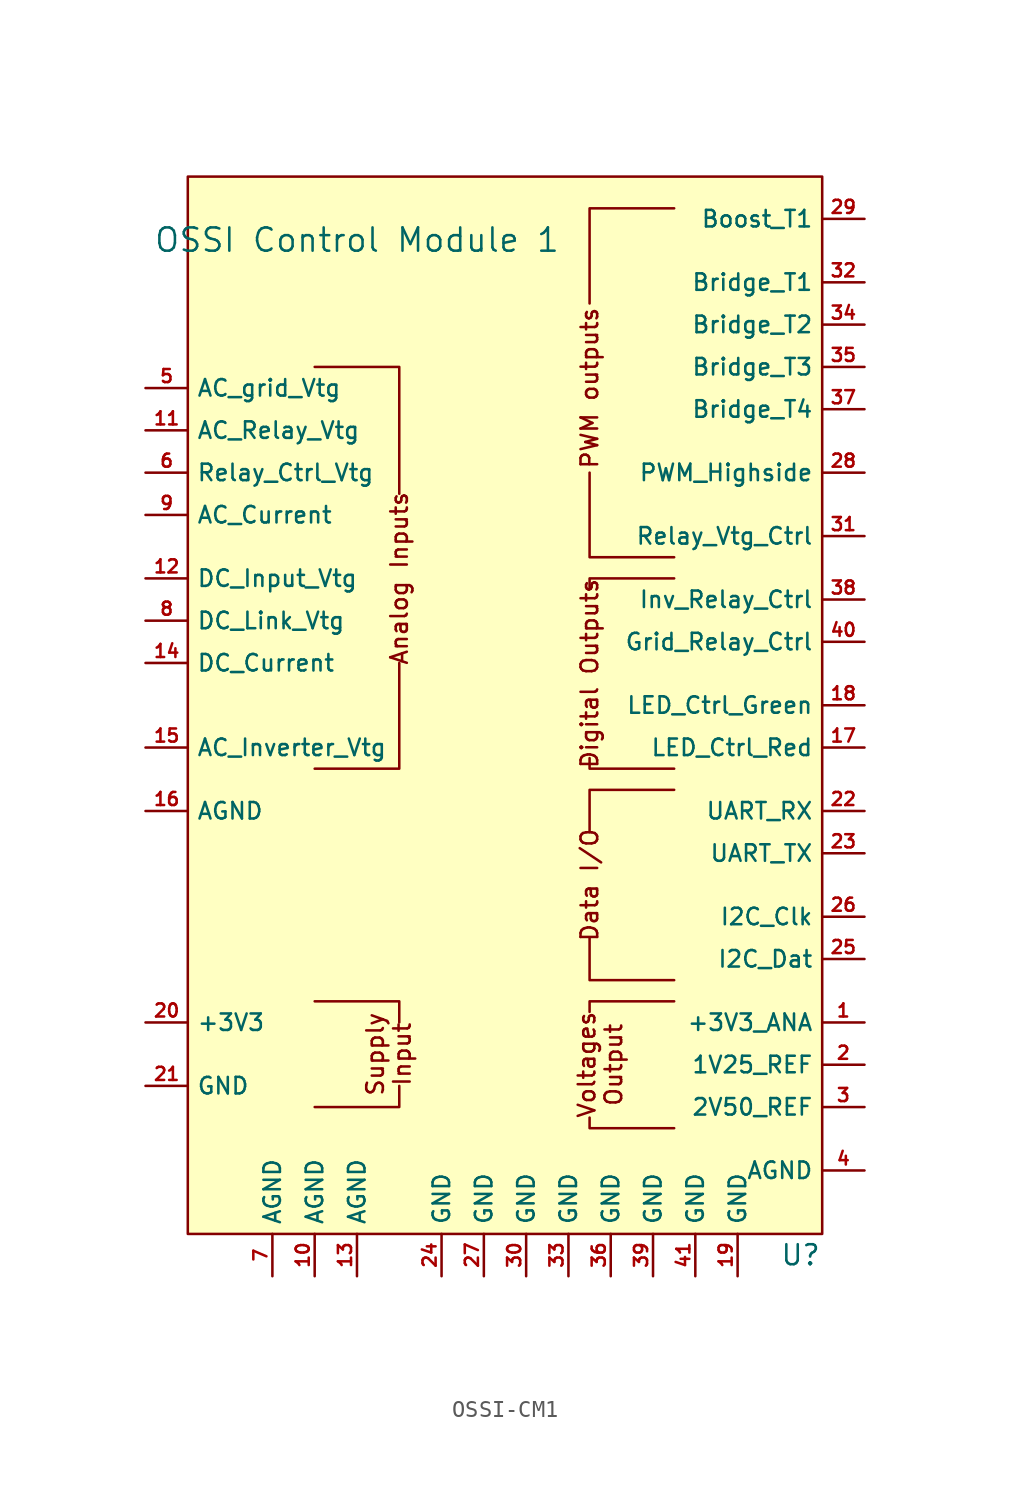
<source format=kicad_sym>
(kicad_symbol_lib
  (version 20220914)
  (generator kicad_symbol_editor)
  (symbol "OSSI-CM1"
    (property "Reference" "U"
      (at 16.51 -33.02 0)
      (effects (font (size 1.2 1.2)) (justify left)))
    (property "Value" "OSSI Control Module 1"
      (at -8.89 27.94 0)
      (effects (font (size 1.4 1.4))))
    (symbol "OSSI-CM1_1_0"
      (pin power_out line (at -11.43 -34.29 90) (length 2.54) (name "AGND" (effects (font (size 0.991 0.991)))) (number "10" (effects (font (size 0.787 0.787)))))
      (pin input line (at -21.59 16.51 0) (length 2.54) (name "AC_Relay_Vtg" (effects (font (size 0.991 0.991)))) (number "11" (effects (font (size 0.787 0.787)))))
      (pin input line (at -21.59 7.62 0) (length 2.54) (name "DC_Input_Vtg" (effects (font (size 0.991 0.991)))) (number "12" (effects (font (size 0.787 0.787)))))
      (pin power_out line (at -8.89 -34.29 90) (length 2.54) (name "AGND" (effects (font (size 0.991 0.991)))) (number "13" (effects (font (size 0.787 0.787)))))
      (pin input line (at -21.59 2.54 0) (length 2.54) (name "DC_Current" (effects (font (size 0.991 0.991)))) (number "14" (effects (font (size 0.787 0.787)))))
      (pin input line (at -21.59 -2.54 0) (length 2.54) (name "AC_Inverter_Vtg" (effects (font (size 0.991 0.991)))) (number "15" (effects (font (size 0.787 0.787)))))
      (pin power_out line (at -21.59 -6.35 0) (length 2.54) (name "AGND" (effects (font (size 0.991 0.991)))) (number "16" (effects (font (size 0.787 0.787)))))
      (pin output line (at 21.59 -2.54 180) (length 2.54) (name "LED_Ctrl_Red" (effects (font (size 0.991 0.991)))) (number "17" (effects (font (size 0.787 0.787)))))
      (pin output line (at 21.59 0 180) (length 2.54) (name "LED_Ctrl_Green" (effects (font (size 0.991 0.991)))) (number "18" (effects (font (size 0.787 0.787)))))
      (pin power_in line (at 13.97 -34.29 90) (length 2.54) (name "GND" (effects (font (size 0.991 0.991)))) (number "19" (effects (font (size 0.787 0.787)))))
      (pin power_out line (at 21.59 -21.59 180) (length 2.54) (name "1V25_REF" (effects (font (size 0.991 0.991)))) (number "2" (effects (font (size 0.787 0.787)))))
      (pin power_in line (at -21.59 -19.05 0) (length 2.54) (name "+3V3" (effects (font (size 0.991 0.991)))) (number "20" (effects (font (size 0.787 0.787)))))
      (pin power_in line (at -21.59 -22.86 0) (length 2.54) (name "GND" (effects (font (size 0.991 0.991)))) (number "21" (effects (font (size 0.787 0.787)))))
      (pin input line (at 21.59 -6.35 180) (length 2.54) (name "UART_RX" (effects (font (size 0.991 0.991)))) (number "22" (effects (font (size 0.787 0.787)))))
      (pin output line (at 21.59 -8.89 180) (length 2.54) (name "UART_TX" (effects (font (size 0.991 0.991)))) (number "23" (effects (font (size 0.787 0.787)))))
      (pin power_in line (at -3.81 -34.29 90) (length 2.54) (name "GND" (effects (font (size 0.991 0.991)))) (number "24" (effects (font (size 0.787 0.787)))))
      (pin bidirectional line (at 21.59 -15.24 180) (length 2.54) (name "I2C_Dat" (effects (font (size 0.991 0.991)))) (number "25" (effects (font (size 0.787 0.787)))))
      (pin output line (at 21.59 -12.7 180) (length 2.54) (name "I2C_Clk" (effects (font (size 0.991 0.991)))) (number "26" (effects (font (size 0.787 0.787)))))
      (pin power_in line (at -1.27 -34.29 90) (length 2.54) (name "GND" (effects (font (size 0.991 0.991)))) (number "27" (effects (font (size 0.787 0.787)))))
      (pin output line (at 21.59 13.97 180) (length 2.54) (name "PWM_Highside" (effects (font (size 0.991 0.991)))) (number "28" (effects (font (size 0.787 0.787)))))
      (pin output line (at 21.59 29.21 180) (length 2.54) (name "Boost_T1" (effects (font (size 0.991 0.991)))) (number "29" (effects (font (size 0.787 0.787)))))
      (pin power_out line (at 21.59 -24.13 180) (length 2.54) (name "2V50_REF" (effects (font (size 0.991 0.991)))) (number "3" (effects (font (size 0.787 0.787)))))
      (pin power_in line (at 1.27 -34.29 90) (length 2.54) (name "GND" (effects (font (size 0.991 0.991)))) (number "30" (effects (font (size 0.787 0.787)))))
      (pin output line (at 21.59 10.16 180) (length 2.54) (name "Relay_Vtg_Ctrl" (effects (font (size 0.991 0.991)))) (number "31" (effects (font (size 0.787 0.787)))))
      (pin output line (at 21.59 25.4 180) (length 2.54) (name "Bridge_T1" (effects (font (size 0.991 0.991)))) (number "32" (effects (font (size 0.787 0.787)))))
      (pin power_in line (at 3.81 -34.29 90) (length 2.54) (name "GND" (effects (font (size 0.991 0.991)))) (number "33" (effects (font (size 0.787 0.787)))))
      (pin output line (at 21.59 22.86 180) (length 2.54) (name "Bridge_T2" (effects (font (size 0.991 0.991)))) (number "34" (effects (font (size 0.787 0.787)))))
      (pin output line (at 21.59 20.32 180) (length 2.54) (name "Bridge_T3" (effects (font (size 0.991 0.991)))) (number "35" (effects (font (size 0.787 0.787)))))
      (pin power_in line (at 6.35 -34.29 90) (length 2.54) (name "GND" (effects (font (size 0.991 0.991)))) (number "36" (effects (font (size 0.787 0.787)))))
      (pin output line (at 21.59 17.78 180) (length 2.54) (name "Bridge_T4" (effects (font (size 0.991 0.991)))) (number "37" (effects (font (size 0.787 0.787)))))
      (pin output line (at 21.59 6.35 180) (length 2.54) (name "Inv_Relay_Ctrl" (effects (font (size 0.991 0.991)))) (number "38" (effects (font (size 0.787 0.787)))))
      (pin power_in line (at 8.89 -34.29 90) (length 2.54) (name "GND" (effects (font (size 0.991 0.991)))) (number "39" (effects (font (size 0.787 0.787)))))
      (pin power_out line (at 21.59 -27.94 180) (length 2.54) (name "AGND" (effects (font (size 0.991 0.991)))) (number "4" (effects (font (size 0.787 0.787)))))
      (pin output line (at 21.59 3.81 180) (length 2.54) (name "Grid_Relay_Ctrl" (effects (font (size 0.991 0.991)))) (number "40" (effects (font (size 0.787 0.787)))))
      (pin power_out line (at 11.43 -34.29 90) (length 2.54) (name "GND" (effects (font (size 0.991 0.991)))) (number "41" (effects (font (size 0.787 0.787)))))
      (pin input line (at -21.59 19.05 0) (length 2.54) (name "AC_grid_Vtg" (effects (font (size 0.991 0.991)))) (number "5" (effects (font (size 0.787 0.787)))))
      (pin input line (at -21.59 13.97 0) (length 2.54) (name "Relay_Ctrl_Vtg" (effects (font (size 0.991 0.991)))) (number "6" (effects (font (size 0.787 0.787)))))
      (pin power_out line (at -13.97 -34.29 90) (length 2.54) (name "AGND" (effects (font (size 0.991 0.991)))) (number "7" (effects (font (size 0.787 0.787)))))
      (pin input line (at -21.59 5.08 0) (length 2.54) (name "DC_Link_Vtg" (effects (font (size 0.991 0.991)))) (number "8" (effects (font (size 0.787 0.787)))))
      (pin input line (at -21.59 11.43 0) (length 2.54) (name "AC_Current" (effects (font (size 0.991 0.991)))) (number "9" (effects (font (size 0.787 0.787))))))
    (symbol "OSSI-CM1_1_1"
      (rectangle (start -19.05 31.75) (end 19.05 -31.75) (stroke (width 0) (type default)) (fill (type background)))
      (polyline (pts (xy -11.43 20.32) (xy -6.35 20.32) (xy -6.35 12.7)) (stroke (width 0) (type default)) (fill (type none)))
      (polyline (pts (xy -6.35 -22.86) (xy -6.35 -24.13) (xy -11.43 -24.13)) (stroke (width 0) (type default)) (fill (type none)))
      (polyline (pts (xy -6.35 -19.05) (xy -6.35 -17.78) (xy -11.43 -17.78)) (stroke (width 0) (type default)) (fill (type none)))
      (polyline (pts (xy -6.35 2.54) (xy -6.35 -3.81) (xy -11.43 -3.81)) (stroke (width 0) (type default)) (fill (type none)))
      (polyline (pts (xy 10.16 -25.4) (xy 5.08 -25.4) (xy 5.08 -24.765)) (stroke (width 0) (type default)) (fill (type none)))
      (polyline (pts (xy 10.16 -17.78) (xy 5.08 -17.78) (xy 5.08 -18.415)) (stroke (width 0) (type default)) (fill (type none)))
      (polyline (pts (xy 10.16 -16.51) (xy 5.08 -16.51) (xy 5.08 -13.97)) (stroke (width 0) (type default)) (fill (type none)))
      (polyline (pts (xy 10.16 -5.08) (xy 5.08 -5.08) (xy 5.08 -7.62)) (stroke (width 0) (type default)) (fill (type none)))
      (polyline (pts (xy 10.16 -3.81) (xy 5.08 -3.81) (xy 5.08 -3.175)) (stroke (width 0) (type default)) (fill (type none)))
      (polyline (pts (xy 10.16 7.62) (xy 5.08 7.62) (xy 5.08 6.985)) (stroke (width 0) (type default)) (fill (type none)))
      (polyline (pts (xy 10.16 8.89) (xy 5.08 8.89) (xy 5.08 13.97)) (stroke (width 0) (type default)) (fill (type none)))
      (polyline (pts (xy 10.16 29.845) (xy 5.08 29.845) (xy 5.08 24.13)) (stroke (width 0) (type default)) (fill (type none)))
      (text "Analog Inputs" (at -6.35 7.62 900) (effects (font (size 1 1))))
      (text "Data I/O" (at 5.08 -10.795 900) (effects (font (size 1 1))))
      (text "Digital Outputs" (at 5.08 1.905 900) (effects (font (size 1 1))))
      (text "PWM outputs" (at 5.08 19.05 900) (effects (font (size 1 1))))
      (text "Supply\nInput" (at -6.985 -20.955 900) (effects (font (size 1 1))))
      (text "Voltages\nOutput" (at 5.715 -21.59 900) (effects (font (size 1 1))))
      (pin power_out line (at 21.59 -19.05 180) (length 2.54) (name "+3V3_ANA" (effects (font (size 0.991 0.991)))) (number "1" (effects (font (size 0.787 0.787))))))))
</source>
